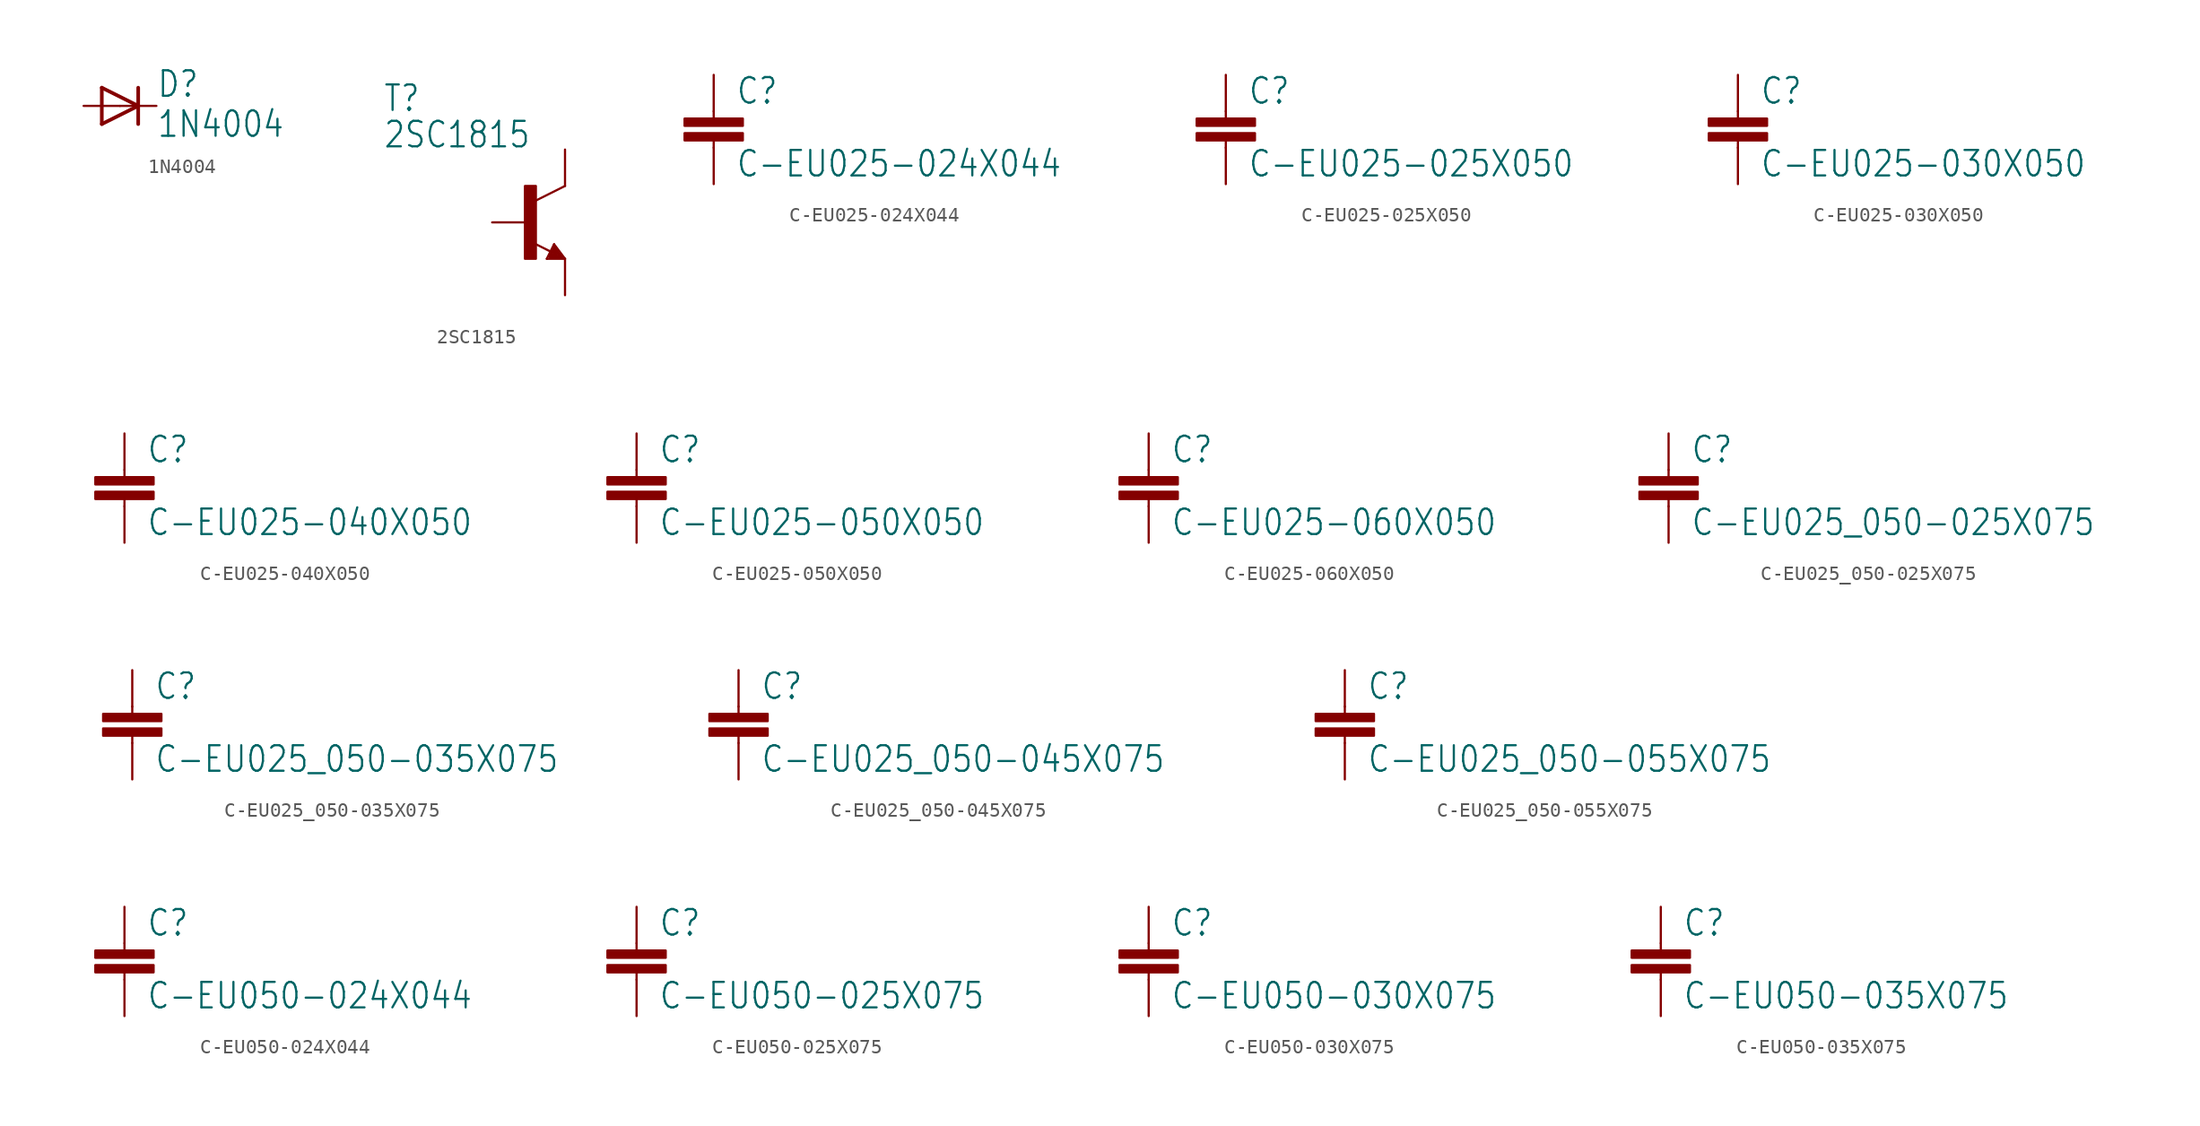
<source format=kicad_sym>
(kicad_symbol_lib
  (version 20200126)
  (host kicad_symbol_editor "5.99.0-unknown-aa7ce74~88~ubuntu18.04.1")
  (symbol "1N4004"
    (property "Reference" "D"
      (at 2.54 0.483 0)
      (effects (font (size 1.778 1.511)) (justify left bottom)))
    (property "Value" "1N4004"
      (at 2.54 -2.311 0)
      (effects (font (size 1.778 1.511)) (justify left bottom)))
    (property "ki_locked" ""
      (at 0 0 0)
      (effects (font (size 1.27 1.27))))
    (symbol "1N4004_1_0"
      (polyline (pts (xy -1.27 -1.27) (xy 1.27 0)) (stroke (width 0.254)) (fill (type none)))
      (polyline (pts (xy 1.27 0) (xy -1.27 1.27)) (stroke (width 0.254)) (fill (type none)))
      (polyline (pts (xy 1.27 1.27) (xy 1.27 0)) (stroke (width 0.254)) (fill (type none)))
      (polyline (pts (xy -1.27 1.27) (xy -1.27 -1.27)) (stroke (width 0.254)) (fill (type none)))
      (polyline (pts (xy 1.27 0) (xy 1.27 -1.27)) (stroke (width 0.254)) (fill (type none)))
      (pin passive line (at -2.54 0 0) (length 2.54) (name "A" (effects (font (size 0 0)))) (number "A" (effects (font (size 0 0)))))
      (pin passive line (at 2.54 0 180) (length 2.54) (name "C" (effects (font (size 0 0)))) (number "C" (effects (font (size 0 0)))))))
  (symbol "2SC1815"
    (property "Reference" "T"
      (at -10.16 7.62 0)
      (effects (font (size 1.778 1.511)) (justify left bottom)))
    (property "Value" "2SC1815"
      (at -10.16 5.08 0)
      (effects (font (size 1.778 1.511)) (justify left bottom)))
    (property "ki_locked" ""
      (at 0 0 0)
      (effects (font (size 1.27 1.27))))
    (symbol "2SC1815_1_0"
      (rectangle (start -0.254 -2.54) (end 0.508 2.54) (stroke (width 0)) (fill (type outline)))
      (polyline (pts (xy 2.54 2.54) (xy 0.508 1.524)) (stroke (width 0.152)) (fill (type none)))
      (polyline (pts (xy 1.778 -1.524) (xy 2.54 -2.54)) (stroke (width 0.152)) (fill (type none)))
      (polyline (pts (xy 2.54 -2.54) (xy 1.27 -2.54)) (stroke (width 0.152)) (fill (type none)))
      (polyline (pts (xy 1.27 -2.54) (xy 1.778 -1.524)) (stroke (width 0.152)) (fill (type none)))
      (polyline (pts (xy 1.54 -2.04) (xy 0.308 -1.424)) (stroke (width 0.152)) (fill (type none)))
      (polyline (pts (xy 1.524 -2.413) (xy 2.286 -2.413)) (stroke (width 0.254)) (fill (type none)))
      (polyline (pts (xy 2.286 -2.413) (xy 1.778 -1.778)) (stroke (width 0.254)) (fill (type none)))
      (polyline (pts (xy 1.778 -1.778) (xy 1.524 -2.286)) (stroke (width 0.254)) (fill (type none)))
      (polyline (pts (xy 1.524 -2.286) (xy 1.905 -2.286)) (stroke (width 0.254)) (fill (type none)))
      (polyline (pts (xy 1.905 -2.286) (xy 1.778 -2.032)) (stroke (width 0.254)) (fill (type none)))
      (pin passive line (at -2.54 0 0) (length 2.54) (name "B" (effects (font (size 0 0)))) (number "B" (effects (font (size 0 0)))))
      (pin passive line (at 2.54 5.08 270) (length 2.54) (name "C" (effects (font (size 0 0)))) (number "C" (effects (font (size 0 0)))))
      (pin passive line (at 2.54 -5.08 90) (length 2.54) (name "E" (effects (font (size 0 0)))) (number "E" (effects (font (size 0 0)))))))
  (symbol "C-EU025-024X044"
    (property "Reference" "C"
      (at 1.524 0.381 0)
      (effects (font (size 1.778 1.511)) (justify left bottom)))
    (property "Value" "C-EU025-024X044"
      (at 1.524 -4.699 0)
      (effects (font (size 1.778 1.511)) (justify left bottom)))
    (property "ki_locked" ""
      (at 0 0 0)
      (effects (font (size 1.27 1.27))))
    (symbol "C-EU025-024X044_1_0"
      (rectangle (start -2.032 -2.032) (end 2.032 -1.524) (stroke (width 0)) (fill (type outline)))
      (rectangle (start -2.032 -1.016) (end 2.032 -0.508) (stroke (width 0)) (fill (type outline)))
      (polyline (pts (xy 0 0) (xy 0 -0.508)) (stroke (width 0.152)) (fill (type none)))
      (polyline (pts (xy 0 -2.54) (xy 0 -2.032)) (stroke (width 0.152)) (fill (type none)))
      (pin passive line (at 0 2.54 270) (length 2.54) (name "1" (effects (font (size 0 0)))) (number "1" (effects (font (size 0 0)))))
      (pin passive line (at 0 -5.08 90) (length 2.54) (name "2" (effects (font (size 0 0)))) (number "2" (effects (font (size 0 0)))))))
  (symbol "C-EU025-025X050"
    (property "Reference" "C"
      (at 1.524 0.381 0)
      (effects (font (size 1.778 1.511)) (justify left bottom)))
    (property "Value" "C-EU025-025X050"
      (at 1.524 -4.699 0)
      (effects (font (size 1.778 1.511)) (justify left bottom)))
    (property "ki_locked" ""
      (at 0 0 0)
      (effects (font (size 1.27 1.27))))
    (symbol "C-EU025-025X050_1_0"
      (rectangle (start -2.032 -2.032) (end 2.032 -1.524) (stroke (width 0)) (fill (type outline)))
      (rectangle (start -2.032 -1.016) (end 2.032 -0.508) (stroke (width 0)) (fill (type outline)))
      (polyline (pts (xy 0 0) (xy 0 -0.508)) (stroke (width 0.152)) (fill (type none)))
      (polyline (pts (xy 0 -2.54) (xy 0 -2.032)) (stroke (width 0.152)) (fill (type none)))
      (pin passive line (at 0 2.54 270) (length 2.54) (name "1" (effects (font (size 0 0)))) (number "1" (effects (font (size 0 0)))))
      (pin passive line (at 0 -5.08 90) (length 2.54) (name "2" (effects (font (size 0 0)))) (number "2" (effects (font (size 0 0)))))))
  (symbol "C-EU025-030X050"
    (property "Reference" "C"
      (at 1.524 0.381 0)
      (effects (font (size 1.778 1.511)) (justify left bottom)))
    (property "Value" "C-EU025-030X050"
      (at 1.524 -4.699 0)
      (effects (font (size 1.778 1.511)) (justify left bottom)))
    (property "ki_locked" ""
      (at 0 0 0)
      (effects (font (size 1.27 1.27))))
    (symbol "C-EU025-030X050_1_0"
      (rectangle (start -2.032 -2.032) (end 2.032 -1.524) (stroke (width 0)) (fill (type outline)))
      (rectangle (start -2.032 -1.016) (end 2.032 -0.508) (stroke (width 0)) (fill (type outline)))
      (polyline (pts (xy 0 0) (xy 0 -0.508)) (stroke (width 0.152)) (fill (type none)))
      (polyline (pts (xy 0 -2.54) (xy 0 -2.032)) (stroke (width 0.152)) (fill (type none)))
      (pin passive line (at 0 2.54 270) (length 2.54) (name "1" (effects (font (size 0 0)))) (number "1" (effects (font (size 0 0)))))
      (pin passive line (at 0 -5.08 90) (length 2.54) (name "2" (effects (font (size 0 0)))) (number "2" (effects (font (size 0 0)))))))
  (symbol "C-EU025-040X050"
    (property "Reference" "C"
      (at 1.524 0.381 0)
      (effects (font (size 1.778 1.511)) (justify left bottom)))
    (property "Value" "C-EU025-040X050"
      (at 1.524 -4.699 0)
      (effects (font (size 1.778 1.511)) (justify left bottom)))
    (property "ki_locked" ""
      (at 0 0 0)
      (effects (font (size 1.27 1.27))))
    (symbol "C-EU025-040X050_1_0"
      (rectangle (start -2.032 -2.032) (end 2.032 -1.524) (stroke (width 0)) (fill (type outline)))
      (rectangle (start -2.032 -1.016) (end 2.032 -0.508) (stroke (width 0)) (fill (type outline)))
      (polyline (pts (xy 0 0) (xy 0 -0.508)) (stroke (width 0.152)) (fill (type none)))
      (polyline (pts (xy 0 -2.54) (xy 0 -2.032)) (stroke (width 0.152)) (fill (type none)))
      (pin passive line (at 0 2.54 270) (length 2.54) (name "1" (effects (font (size 0 0)))) (number "1" (effects (font (size 0 0)))))
      (pin passive line (at 0 -5.08 90) (length 2.54) (name "2" (effects (font (size 0 0)))) (number "2" (effects (font (size 0 0)))))))
  (symbol "C-EU025-050X050"
    (property "Reference" "C"
      (at 1.524 0.381 0)
      (effects (font (size 1.778 1.511)) (justify left bottom)))
    (property "Value" "C-EU025-050X050"
      (at 1.524 -4.699 0)
      (effects (font (size 1.778 1.511)) (justify left bottom)))
    (property "ki_locked" ""
      (at 0 0 0)
      (effects (font (size 1.27 1.27))))
    (symbol "C-EU025-050X050_1_0"
      (rectangle (start -2.032 -2.032) (end 2.032 -1.524) (stroke (width 0)) (fill (type outline)))
      (rectangle (start -2.032 -1.016) (end 2.032 -0.508) (stroke (width 0)) (fill (type outline)))
      (polyline (pts (xy 0 0) (xy 0 -0.508)) (stroke (width 0.152)) (fill (type none)))
      (polyline (pts (xy 0 -2.54) (xy 0 -2.032)) (stroke (width 0.152)) (fill (type none)))
      (pin passive line (at 0 2.54 270) (length 2.54) (name "1" (effects (font (size 0 0)))) (number "1" (effects (font (size 0 0)))))
      (pin passive line (at 0 -5.08 90) (length 2.54) (name "2" (effects (font (size 0 0)))) (number "2" (effects (font (size 0 0)))))))
  (symbol "C-EU025-060X050"
    (property "Reference" "C"
      (at 1.524 0.381 0)
      (effects (font (size 1.778 1.511)) (justify left bottom)))
    (property "Value" "C-EU025-060X050"
      (at 1.524 -4.699 0)
      (effects (font (size 1.778 1.511)) (justify left bottom)))
    (property "ki_locked" ""
      (at 0 0 0)
      (effects (font (size 1.27 1.27))))
    (symbol "C-EU025-060X050_1_0"
      (rectangle (start -2.032 -2.032) (end 2.032 -1.524) (stroke (width 0)) (fill (type outline)))
      (rectangle (start -2.032 -1.016) (end 2.032 -0.508) (stroke (width 0)) (fill (type outline)))
      (polyline (pts (xy 0 0) (xy 0 -0.508)) (stroke (width 0.152)) (fill (type none)))
      (polyline (pts (xy 0 -2.54) (xy 0 -2.032)) (stroke (width 0.152)) (fill (type none)))
      (pin passive line (at 0 2.54 270) (length 2.54) (name "1" (effects (font (size 0 0)))) (number "1" (effects (font (size 0 0)))))
      (pin passive line (at 0 -5.08 90) (length 2.54) (name "2" (effects (font (size 0 0)))) (number "2" (effects (font (size 0 0)))))))
  (symbol "C-EU025_050-025X075"
    (property "Reference" "C"
      (at 1.524 0.381 0)
      (effects (font (size 1.778 1.511)) (justify left bottom)))
    (property "Value" "C-EU025_050-025X075"
      (at 1.524 -4.699 0)
      (effects (font (size 1.778 1.511)) (justify left bottom)))
    (property "ki_locked" ""
      (at 0 0 0)
      (effects (font (size 1.27 1.27))))
    (symbol "C-EU025_050-025X075_1_0"
      (rectangle (start -2.032 -2.032) (end 2.032 -1.524) (stroke (width 0)) (fill (type outline)))
      (rectangle (start -2.032 -1.016) (end 2.032 -0.508) (stroke (width 0)) (fill (type outline)))
      (polyline (pts (xy 0 0) (xy 0 -0.508)) (stroke (width 0.152)) (fill (type none)))
      (polyline (pts (xy 0 -2.54) (xy 0 -2.032)) (stroke (width 0.152)) (fill (type none)))
      (pin passive line (at 0 2.54 270) (length 2.54) (name "1" (effects (font (size 0 0)))) (number "1" (effects (font (size 0 0)))))
      (pin passive line (at 0 -5.08 90) (length 2.54) (name "2" (effects (font (size 0 0)))) (number "2" (effects (font (size 0 0)))))))
  (symbol "C-EU025_050-035X075"
    (property "Reference" "C"
      (at 1.524 0.381 0)
      (effects (font (size 1.778 1.511)) (justify left bottom)))
    (property "Value" "C-EU025_050-035X075"
      (at 1.524 -4.699 0)
      (effects (font (size 1.778 1.511)) (justify left bottom)))
    (property "ki_locked" ""
      (at 0 0 0)
      (effects (font (size 1.27 1.27))))
    (symbol "C-EU025_050-035X075_1_0"
      (rectangle (start -2.032 -2.032) (end 2.032 -1.524) (stroke (width 0)) (fill (type outline)))
      (rectangle (start -2.032 -1.016) (end 2.032 -0.508) (stroke (width 0)) (fill (type outline)))
      (polyline (pts (xy 0 0) (xy 0 -0.508)) (stroke (width 0.152)) (fill (type none)))
      (polyline (pts (xy 0 -2.54) (xy 0 -2.032)) (stroke (width 0.152)) (fill (type none)))
      (pin passive line (at 0 2.54 270) (length 2.54) (name "1" (effects (font (size 0 0)))) (number "1" (effects (font (size 0 0)))))
      (pin passive line (at 0 -5.08 90) (length 2.54) (name "2" (effects (font (size 0 0)))) (number "2" (effects (font (size 0 0)))))))
  (symbol "C-EU025_050-045X075"
    (property "Reference" "C"
      (at 1.524 0.381 0)
      (effects (font (size 1.778 1.511)) (justify left bottom)))
    (property "Value" "C-EU025_050-045X075"
      (at 1.524 -4.699 0)
      (effects (font (size 1.778 1.511)) (justify left bottom)))
    (property "ki_locked" ""
      (at 0 0 0)
      (effects (font (size 1.27 1.27))))
    (symbol "C-EU025_050-045X075_1_0"
      (rectangle (start -2.032 -2.032) (end 2.032 -1.524) (stroke (width 0)) (fill (type outline)))
      (rectangle (start -2.032 -1.016) (end 2.032 -0.508) (stroke (width 0)) (fill (type outline)))
      (polyline (pts (xy 0 0) (xy 0 -0.508)) (stroke (width 0.152)) (fill (type none)))
      (polyline (pts (xy 0 -2.54) (xy 0 -2.032)) (stroke (width 0.152)) (fill (type none)))
      (pin passive line (at 0 2.54 270) (length 2.54) (name "1" (effects (font (size 0 0)))) (number "1" (effects (font (size 0 0)))))
      (pin passive line (at 0 -5.08 90) (length 2.54) (name "2" (effects (font (size 0 0)))) (number "2" (effects (font (size 0 0)))))))
  (symbol "C-EU025_050-055X075"
    (property "Reference" "C"
      (at 1.524 0.381 0)
      (effects (font (size 1.778 1.511)) (justify left bottom)))
    (property "Value" "C-EU025_050-055X075"
      (at 1.524 -4.699 0)
      (effects (font (size 1.778 1.511)) (justify left bottom)))
    (property "ki_locked" ""
      (at 0 0 0)
      (effects (font (size 1.27 1.27))))
    (symbol "C-EU025_050-055X075_1_0"
      (rectangle (start -2.032 -2.032) (end 2.032 -1.524) (stroke (width 0)) (fill (type outline)))
      (rectangle (start -2.032 -1.016) (end 2.032 -0.508) (stroke (width 0)) (fill (type outline)))
      (polyline (pts (xy 0 0) (xy 0 -0.508)) (stroke (width 0.152)) (fill (type none)))
      (polyline (pts (xy 0 -2.54) (xy 0 -2.032)) (stroke (width 0.152)) (fill (type none)))
      (pin passive line (at 0 2.54 270) (length 2.54) (name "1" (effects (font (size 0 0)))) (number "1" (effects (font (size 0 0)))))
      (pin passive line (at 0 -5.08 90) (length 2.54) (name "2" (effects (font (size 0 0)))) (number "2" (effects (font (size 0 0)))))))
  (symbol "C-EU050-024X044"
    (property "Reference" "C"
      (at 1.524 0.381 0)
      (effects (font (size 1.778 1.511)) (justify left bottom)))
    (property "Value" "C-EU050-024X044"
      (at 1.524 -4.699 0)
      (effects (font (size 1.778 1.511)) (justify left bottom)))
    (property "ki_locked" ""
      (at 0 0 0)
      (effects (font (size 1.27 1.27))))
    (symbol "C-EU050-024X044_1_0"
      (rectangle (start -2.032 -2.032) (end 2.032 -1.524) (stroke (width 0)) (fill (type outline)))
      (rectangle (start -2.032 -1.016) (end 2.032 -0.508) (stroke (width 0)) (fill (type outline)))
      (polyline (pts (xy 0 0) (xy 0 -0.508)) (stroke (width 0.152)) (fill (type none)))
      (polyline (pts (xy 0 -2.54) (xy 0 -2.032)) (stroke (width 0.152)) (fill (type none)))
      (pin passive line (at 0 2.54 270) (length 2.54) (name "1" (effects (font (size 0 0)))) (number "1" (effects (font (size 0 0)))))
      (pin passive line (at 0 -5.08 90) (length 2.54) (name "2" (effects (font (size 0 0)))) (number "2" (effects (font (size 0 0)))))))
  (symbol "C-EU050-025X075"
    (property "Reference" "C"
      (at 1.524 0.381 0)
      (effects (font (size 1.778 1.511)) (justify left bottom)))
    (property "Value" "C-EU050-025X075"
      (at 1.524 -4.699 0)
      (effects (font (size 1.778 1.511)) (justify left bottom)))
    (property "ki_locked" ""
      (at 0 0 0)
      (effects (font (size 1.27 1.27))))
    (symbol "C-EU050-025X075_1_0"
      (rectangle (start -2.032 -2.032) (end 2.032 -1.524) (stroke (width 0)) (fill (type outline)))
      (rectangle (start -2.032 -1.016) (end 2.032 -0.508) (stroke (width 0)) (fill (type outline)))
      (polyline (pts (xy 0 0) (xy 0 -0.508)) (stroke (width 0.152)) (fill (type none)))
      (polyline (pts (xy 0 -2.54) (xy 0 -2.032)) (stroke (width 0.152)) (fill (type none)))
      (pin passive line (at 0 2.54 270) (length 2.54) (name "1" (effects (font (size 0 0)))) (number "1" (effects (font (size 0 0)))))
      (pin passive line (at 0 -5.08 90) (length 2.54) (name "2" (effects (font (size 0 0)))) (number "2" (effects (font (size 0 0)))))))
  (symbol "C-EU050-030X075"
    (property "Reference" "C"
      (at 1.524 0.381 0)
      (effects (font (size 1.778 1.511)) (justify left bottom)))
    (property "Value" "C-EU050-030X075"
      (at 1.524 -4.699 0)
      (effects (font (size 1.778 1.511)) (justify left bottom)))
    (property "ki_locked" ""
      (at 0 0 0)
      (effects (font (size 1.27 1.27))))
    (symbol "C-EU050-030X075_1_0"
      (rectangle (start -2.032 -2.032) (end 2.032 -1.524) (stroke (width 0)) (fill (type outline)))
      (rectangle (start -2.032 -1.016) (end 2.032 -0.508) (stroke (width 0)) (fill (type outline)))
      (polyline (pts (xy 0 0) (xy 0 -0.508)) (stroke (width 0.152)) (fill (type none)))
      (polyline (pts (xy 0 -2.54) (xy 0 -2.032)) (stroke (width 0.152)) (fill (type none)))
      (pin passive line (at 0 2.54 270) (length 2.54) (name "1" (effects (font (size 0 0)))) (number "1" (effects (font (size 0 0)))))
      (pin passive line (at 0 -5.08 90) (length 2.54) (name "2" (effects (font (size 0 0)))) (number "2" (effects (font (size 0 0)))))))
  (symbol "C-EU050-035X075"
    (property "Reference" "C"
      (at 1.524 0.381 0)
      (effects (font (size 1.778 1.511)) (justify left bottom)))
    (property "Value" "C-EU050-035X075"
      (at 1.524 -4.699 0)
      (effects (font (size 1.778 1.511)) (justify left bottom)))
    (property "ki_locked" ""
      (at 0 0 0)
      (effects (font (size 1.27 1.27))))
    (symbol "C-EU050-035X075_1_0"
      (rectangle (start -2.032 -2.032) (end 2.032 -1.524) (stroke (width 0)) (fill (type outline)))
      (rectangle (start -2.032 -1.016) (end 2.032 -0.508) (stroke (width 0)) (fill (type outline)))
      (polyline (pts (xy 0 0) (xy 0 -0.508)) (stroke (width 0.152)) (fill (type none)))
      (polyline (pts (xy 0 -2.54) (xy 0 -2.032)) (stroke (width 0.152)) (fill (type none)))
      (pin passive line (at 0 2.54 270) (length 2.54) (name "1" (effects (font (size 0 0)))) (number "1" (effects (font (size 0 0)))))
      (pin passive line (at 0 -5.08 90) (length 2.54) (name "2" (effects (font (size 0 0)))) (number "2" (effects (font (size 0 0))))))))
</source>
